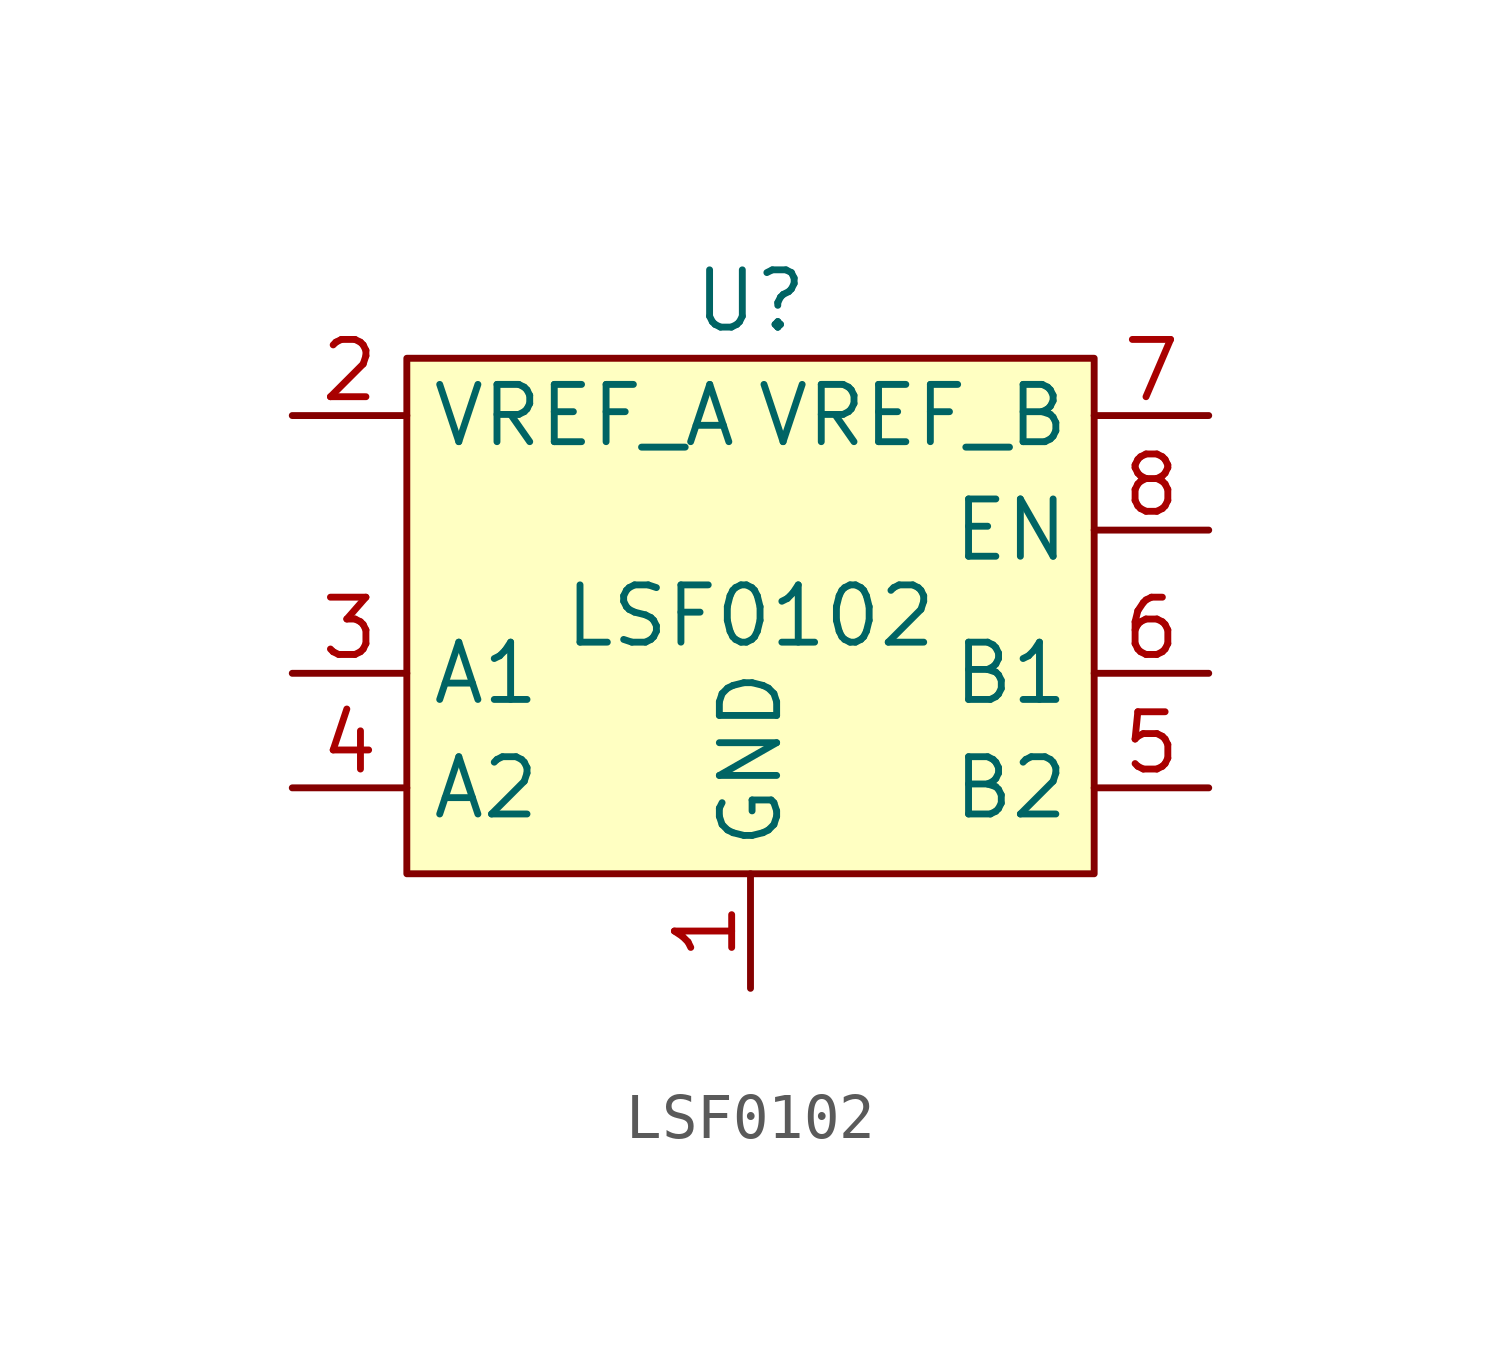
<source format=kicad_sym>
(kicad_symbol_lib
  (version 20220914)
  (generator kicad_symbol_editor)
  (symbol "LSF0102"
    (property "Reference" "U"
      (at 0 6.985 0)
      (effects (font (size 1.27 1.27))))
    (property "Value" "LSF0102"
      (at 0 0 0)
      (effects (font (size 1.27 1.27))))
    (symbol "LSF0102_1_1"
      (rectangle (start -7.62 5.715) (end 7.62 -5.715) (stroke (width 0) (type default)) (fill (type background)))
      (pin power_in line (at 0 -8.255 90) (length 2.54) (name "GND" (effects (font (size 1.27 1.27)))) (number "1" (effects (font (size 1.27 1.27)))))
      (pin input line (at -10.16 4.445 0) (length 2.54) (name "VREF_A" (effects (font (size 1.27 1.27)))) (number "2" (effects (font (size 1.27 1.27)))))
      (pin input line (at -10.16 -1.27 0) (length 2.54) (name "A1" (effects (font (size 1.27 1.27)))) (number "3" (effects (font (size 1.27 1.27)))))
      (pin input line (at -10.16 -3.81 0) (length 2.54) (name "A2" (effects (font (size 1.27 1.27)))) (number "4" (effects (font (size 1.27 1.27)))))
      (pin input line (at 10.16 -3.81 180) (length 2.54) (name "B2" (effects (font (size 1.27 1.27)))) (number "5" (effects (font (size 1.27 1.27)))))
      (pin input line (at 10.16 -1.27 180) (length 2.54) (name "B1" (effects (font (size 1.27 1.27)))) (number "6" (effects (font (size 1.27 1.27)))))
      (pin input line (at 10.16 4.445 180) (length 2.54) (name "VREF_B" (effects (font (size 1.27 1.27)))) (number "7" (effects (font (size 1.27 1.27)))))
      (pin input line (at 10.16 1.905 180) (length 2.54) (name "EN" (effects (font (size 1.27 1.27)))) (number "8" (effects (font (size 1.27 1.27))))))))
</source>
